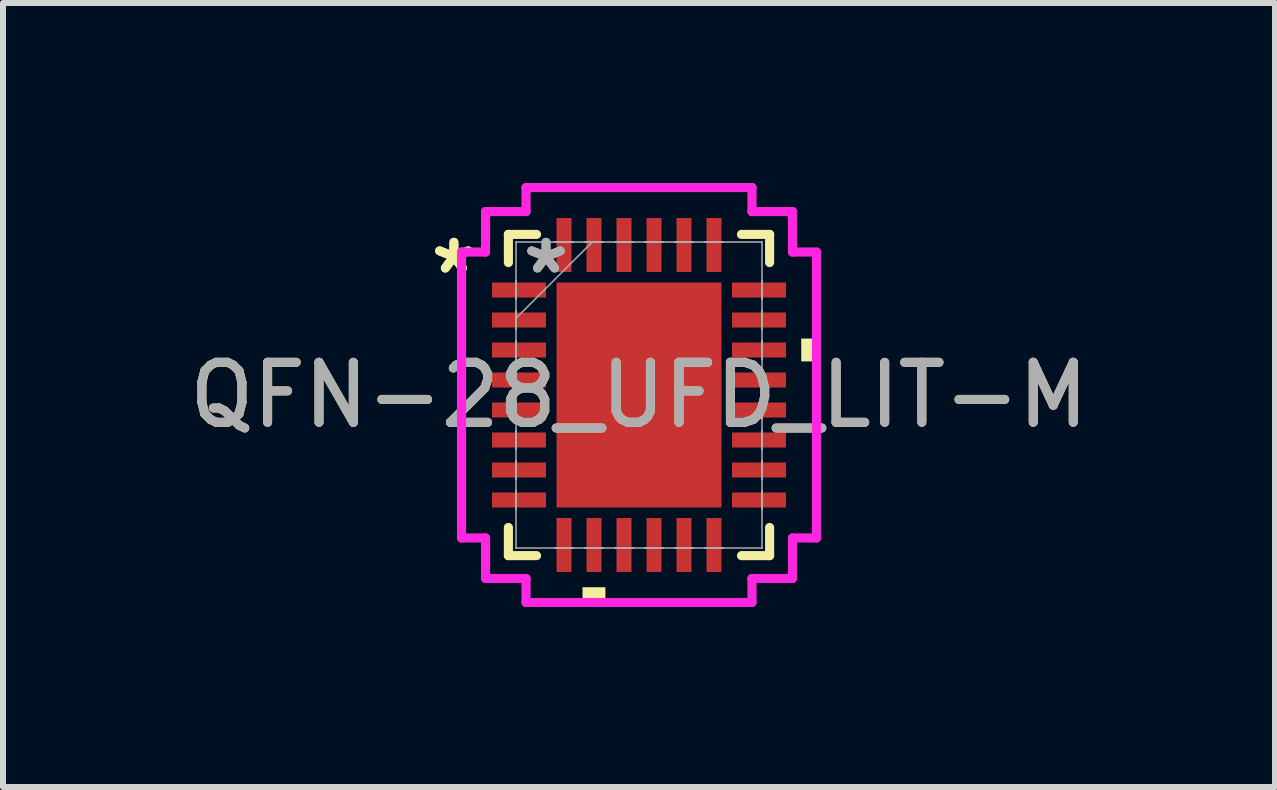
<source format=kicad_pcb>
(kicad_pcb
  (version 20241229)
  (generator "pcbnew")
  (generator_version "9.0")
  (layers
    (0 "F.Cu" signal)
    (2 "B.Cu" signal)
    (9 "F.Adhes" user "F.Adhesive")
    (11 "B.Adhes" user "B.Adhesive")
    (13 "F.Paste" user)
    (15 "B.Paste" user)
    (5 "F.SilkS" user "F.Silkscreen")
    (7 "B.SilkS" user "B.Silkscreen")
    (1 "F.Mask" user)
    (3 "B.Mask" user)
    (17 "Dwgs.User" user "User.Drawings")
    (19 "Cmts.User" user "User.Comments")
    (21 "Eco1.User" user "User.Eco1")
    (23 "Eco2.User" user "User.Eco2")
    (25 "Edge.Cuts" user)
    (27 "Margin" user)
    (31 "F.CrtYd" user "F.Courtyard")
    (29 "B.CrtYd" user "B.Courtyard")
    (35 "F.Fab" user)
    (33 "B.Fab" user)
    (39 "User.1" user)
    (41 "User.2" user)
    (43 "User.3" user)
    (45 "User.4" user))
  (footprint "QFN-28_UFD_LIT-M"
    (layer "F.Cu")
    (at 7.601 3.534)
    (property "Reference" "QFN-28_UFD_LIT-M" (at 0 0 0) (unlocked yes) (layer "F.SilkS") (effects (font (size 1 1) (thickness 0.15))))
    (attr smd)
    (fp_line (start -2.177 -2.677) (end -2.177 -2.208) (stroke (width 0.152) (type solid)) (layer "F.SilkS"))
    (fp_line (start -2.177 2.208) (end -2.177 2.677) (stroke (width 0.152) (type solid)) (layer "F.SilkS"))
    (fp_line (start -2.177 2.677) (end -1.708 2.677) (stroke (width 0.152) (type solid)) (layer "F.SilkS"))
    (fp_line (start -1.708 -2.677) (end -2.177 -2.677) (stroke (width 0.152) (type solid)) (layer "F.SilkS"))
    (fp_line (start 1.708 2.677) (end 2.177 2.677) (stroke (width 0.152) (type solid)) (layer "F.SilkS"))
    (fp_line (start 2.177 -2.677) (end 1.708 -2.677) (stroke (width 0.152) (type solid)) (layer "F.SilkS"))
    (fp_line (start 2.177 -2.208) (end 2.177 -2.677) (stroke (width 0.152) (type solid)) (layer "F.SilkS"))
    (fp_line (start 2.177 2.677) (end 2.177 2.208) (stroke (width 0.152) (type solid)) (layer "F.SilkS"))
    (fp_poly (pts (xy -0.941 3.204) (xy -0.941 3.458) (xy -0.56 3.458) (xy -0.56 3.204)) (stroke (width 0) (type solid)) (fill yes) (layer "F.SilkS"))
    (fp_poly (pts (xy 2.958 -0.941) (xy 2.958 -0.56) (xy 2.704 -0.56) (xy 2.704 -0.941)) (stroke (width 0) (type solid)) (fill yes) (layer "F.SilkS"))
    (fp_poly (pts (xy -1.275 -1.775) (xy -1.275 -0.1) (xy -0.1 -0.1) (xy -0.1 -1.775)) (stroke (width 0) (type solid)) (fill yes) (layer "F.Paste"))
    (fp_poly (pts (xy -1.275 0.1) (xy -1.275 1.775) (xy -0.1 1.775) (xy -0.1 0.1)) (stroke (width 0) (type solid)) (fill yes) (layer "F.Paste"))
    (fp_poly (pts (xy 0.1 -1.775) (xy 0.1 -0.1) (xy 1.275 -0.1) (xy 1.275 -1.775)) (stroke (width 0) (type solid)) (fill yes) (layer "F.Paste"))
    (fp_poly (pts (xy 0.1 0.1) (xy 0.1 1.775) (xy 1.275 1.775) (xy 1.275 0.1)) (stroke (width 0) (type solid)) (fill yes) (layer "F.Paste"))
    (fp_line (start -2.958 -2.383) (end -2.558 -2.383) (stroke (width 0.152) (type solid)) (layer "F.CrtYd"))
    (fp_line (start -2.958 2.383) (end -2.958 -2.383) (stroke (width 0.152) (type solid)) (layer "F.CrtYd"))
    (fp_line (start -2.558 -3.058) (end -1.883 -3.058) (stroke (width 0.152) (type solid)) (layer "F.CrtYd"))
    (fp_line (start -2.558 -2.383) (end -2.558 -3.058) (stroke (width 0.152) (type solid)) (layer "F.CrtYd"))
    (fp_line (start -2.558 2.383) (end -2.958 2.383) (stroke (width 0.152) (type solid)) (layer "F.CrtYd"))
    (fp_line (start -2.558 3.058) (end -2.558 2.383) (stroke (width 0.152) (type solid)) (layer "F.CrtYd"))
    (fp_line (start -1.883 -3.458) (end 1.883 -3.458) (stroke (width 0.152) (type solid)) (layer "F.CrtYd"))
    (fp_line (start -1.883 -3.058) (end -1.883 -3.458) (stroke (width 0.152) (type solid)) (layer "F.CrtYd"))
    (fp_line (start -1.883 3.058) (end -2.558 3.058) (stroke (width 0.152) (type solid)) (layer "F.CrtYd"))
    (fp_line (start -1.883 3.458) (end -1.883 3.058) (stroke (width 0.152) (type solid)) (layer "F.CrtYd"))
    (fp_line (start 1.883 -3.458) (end 1.883 -3.058) (stroke (width 0.152) (type solid)) (layer "F.CrtYd"))
    (fp_line (start 1.883 -3.058) (end 2.558 -3.058) (stroke (width 0.152) (type solid)) (layer "F.CrtYd"))
    (fp_line (start 1.883 3.058) (end 1.883 3.458) (stroke (width 0.152) (type solid)) (layer "F.CrtYd"))
    (fp_line (start 1.883 3.458) (end -1.883 3.458) (stroke (width 0.152) (type solid)) (layer "F.CrtYd"))
    (fp_line (start 2.558 -3.058) (end 2.558 -2.383) (stroke (width 0.152) (type solid)) (layer "F.CrtYd"))
    (fp_line (start 2.558 -2.383) (end 2.958 -2.383) (stroke (width 0.152) (type solid)) (layer "F.CrtYd"))
    (fp_line (start 2.558 2.383) (end 2.558 3.058) (stroke (width 0.152) (type solid)) (layer "F.CrtYd"))
    (fp_line (start 2.558 3.058) (end 1.883 3.058) (stroke (width 0.152) (type solid)) (layer "F.CrtYd"))
    (fp_line (start 2.958 -2.383) (end 2.958 2.383) (stroke (width 0.152) (type solid)) (layer "F.CrtYd"))
    (fp_line (start 2.958 2.383) (end 2.558 2.383) (stroke (width 0.152) (type solid)) (layer "F.CrtYd"))
    (fp_line (start -2.05 -2.55) (end -2.05 -2.55) (stroke (width 0.025) (type solid)) (layer "F.Fab"))
    (fp_line (start -2.05 -2.55) (end -2.05 2.55) (stroke (width 0.025) (type solid)) (layer "F.Fab"))
    (fp_line (start -2.05 -1.9) (end -2.05 -1.9) (stroke (width 0.025) (type solid)) (layer "F.Fab"))
    (fp_line (start -2.05 -1.9) (end -2.05 -1.6) (stroke (width 0.025) (type solid)) (layer "F.Fab"))
    (fp_line (start -2.05 -1.6) (end -2.05 -1.9) (stroke (width 0.025) (type solid)) (layer "F.Fab"))
    (fp_line (start -2.05 -1.6) (end -2.05 -1.6) (stroke (width 0.025) (type solid)) (layer "F.Fab"))
    (fp_line (start -2.05 -1.4) (end -2.05 -1.4) (stroke (width 0.025) (type solid)) (layer "F.Fab"))
    (fp_line (start -2.05 -1.4) (end -2.05 -1.1) (stroke (width 0.025) (type solid)) (layer "F.Fab"))
    (fp_line (start -2.05 -1.28) (end -0.78 -2.55) (stroke (width 0.025) (type solid)) (layer "F.Fab"))
    (fp_line (start -2.05 -1.1) (end -2.05 -1.4) (stroke (width 0.025) (type solid)) (layer "F.Fab"))
    (fp_line (start -2.05 -1.1) (end -2.05 -1.1) (stroke (width 0.025) (type solid)) (layer "F.Fab"))
    (fp_line (start -2.05 -0.9) (end -2.05 -0.9) (stroke (width 0.025) (type solid)) (layer "F.Fab"))
    (fp_line (start -2.05 -0.9) (end -2.05 -0.6) (stroke (width 0.025) (type solid)) (layer "F.Fab"))
    (fp_line (start -2.05 -0.6) (end -2.05 -0.9) (stroke (width 0.025) (type solid)) (layer "F.Fab"))
    (fp_line (start -2.05 -0.6) (end -2.05 -0.6) (stroke (width 0.025) (type solid)) (layer "F.Fab"))
    (fp_line (start -2.05 -0.4) (end -2.05 -0.4) (stroke (width 0.025) (type solid)) (layer "F.Fab"))
    (fp_line (start -2.05 -0.4) (end -2.05 -0.1) (stroke (width 0.025) (type solid)) (layer "F.Fab"))
    (fp_line (start -2.05 -0.1) (end -2.05 -0.4) (stroke (width 0.025) (type solid)) (layer "F.Fab"))
    (fp_line (start -2.05 -0.1) (end -2.05 -0.1) (stroke (width 0.025) (type solid)) (layer "F.Fab"))
    (fp_line (start -2.05 0.1) (end -2.05 0.1) (stroke (width 0.025) (type solid)) (layer "F.Fab"))
    (fp_line (start -2.05 0.1) (end -2.05 0.4) (stroke (width 0.025) (type solid)) (layer "F.Fab"))
    (fp_line (start -2.05 0.4) (end -2.05 0.1) (stroke (width 0.025) (type solid)) (layer "F.Fab"))
    (fp_line (start -2.05 0.4) (end -2.05 0.4) (stroke (width 0.025) (type solid)) (layer "F.Fab"))
    (fp_line (start -2.05 0.6) (end -2.05 0.6) (stroke (width 0.025) (type solid)) (layer "F.Fab"))
    (fp_line (start -2.05 0.6) (end -2.05 0.9) (stroke (width 0.025) (type solid)) (layer "F.Fab"))
    (fp_line (start -2.05 0.9) (end -2.05 0.6) (stroke (width 0.025) (type solid)) (layer "F.Fab"))
    (fp_line (start -2.05 0.9) (end -2.05 0.9) (stroke (width 0.025) (type solid)) (layer "F.Fab"))
    (fp_line (start -2.05 1.1) (end -2.05 1.1) (stroke (width 0.025) (type solid)) (layer "F.Fab"))
    (fp_line (start -2.05 1.1) (end -2.05 1.4) (stroke (width 0.025) (type solid)) (layer "F.Fab"))
    (fp_line (start -2.05 1.4) (end -2.05 1.1) (stroke (width 0.025) (type solid)) (layer "F.Fab"))
    (fp_line (start -2.05 1.4) (end -2.05 1.4) (stroke (width 0.025) (type solid)) (layer "F.Fab"))
    (fp_line (start -2.05 1.6) (end -2.05 1.6) (stroke (width 0.025) (type solid)) (layer "F.Fab"))
    (fp_line (start -2.05 1.6) (end -2.05 1.9) (stroke (width 0.025) (type solid)) (layer "F.Fab"))
    (fp_line (start -2.05 1.9) (end -2.05 1.6) (stroke (width 0.025) (type solid)) (layer "F.Fab"))
    (fp_line (start -2.05 1.9) (end -2.05 1.9) (stroke (width 0.025) (type solid)) (layer "F.Fab"))
    (fp_line (start -2.05 2.55) (end -2.05 2.55) (stroke (width 0.025) (type solid)) (layer "F.Fab"))
    (fp_line (start -2.05 2.55) (end 2.05 2.55) (stroke (width 0.025) (type solid)) (layer "F.Fab"))
    (fp_line (start -1.4 -2.55) (end -1.4 -2.55) (stroke (width 0.025) (type solid)) (layer "F.Fab"))
    (fp_line (start -1.4 -2.55) (end -1.1 -2.55) (stroke (width 0.025) (type solid)) (layer "F.Fab"))
    (fp_line (start -1.4 2.55) (end -1.4 2.55) (stroke (width 0.025) (type solid)) (layer "F.Fab"))
    (fp_line (start -1.4 2.55) (end -1.1 2.55) (stroke (width 0.025) (type solid)) (layer "F.Fab"))
    (fp_line (start -1.1 -2.55) (end -1.4 -2.55) (stroke (width 0.025) (type solid)) (layer "F.Fab"))
    (fp_line (start -1.1 -2.55) (end -1.1 -2.55) (stroke (width 0.025) (type solid)) (layer "F.Fab"))
    (fp_line (start -1.1 2.55) (end -1.4 2.55) (stroke (width 0.025) (type solid)) (layer "F.Fab"))
    (fp_line (start -1.1 2.55) (end -1.1 2.55) (stroke (width 0.025) (type solid)) (layer "F.Fab"))
    (fp_line (start -0.9 -2.55) (end -0.9 -2.55) (stroke (width 0.025) (type solid)) (layer "F.Fab"))
    (fp_line (start -0.9 -2.55) (end -0.6 -2.55) (stroke (width 0.025) (type solid)) (layer "F.Fab"))
    (fp_line (start -0.9 2.55) (end -0.9 2.55) (stroke (width 0.025) (type solid)) (layer "F.Fab"))
    (fp_line (start -0.9 2.55) (end -0.6 2.55) (stroke (width 0.025) (type solid)) (layer "F.Fab"))
    (fp_line (start -0.6 -2.55) (end -0.9 -2.55) (stroke (width 0.025) (type solid)) (layer "F.Fab"))
    (fp_line (start -0.6 -2.55) (end -0.6 -2.55) (stroke (width 0.025) (type solid)) (layer "F.Fab"))
    (fp_line (start -0.6 2.55) (end -0.9 2.55) (stroke (width 0.025) (type solid)) (layer "F.Fab"))
    (fp_line (start -0.6 2.55) (end -0.6 2.55) (stroke (width 0.025) (type solid)) (layer "F.Fab"))
    (fp_line (start -0.4 -2.55) (end -0.4 -2.55) (stroke (width 0.025) (type solid)) (layer "F.Fab"))
    (fp_line (start -0.4 -2.55) (end -0.1 -2.55) (stroke (width 0.025) (type solid)) (layer "F.Fab"))
    (fp_line (start -0.4 2.55) (end -0.4 2.55) (stroke (width 0.025) (type solid)) (layer "F.Fab"))
    (fp_line (start -0.4 2.55) (end -0.1 2.55) (stroke (width 0.025) (type solid)) (layer "F.Fab"))
    (fp_line (start -0.1 -2.55) (end -0.4 -2.55) (stroke (width 0.025) (type solid)) (layer "F.Fab"))
    (fp_line (start -0.1 -2.55) (end -0.1 -2.55) (stroke (width 0.025) (type solid)) (layer "F.Fab"))
    (fp_line (start -0.1 2.55) (end -0.4 2.55) (stroke (width 0.025) (type solid)) (layer "F.Fab"))
    (fp_line (start -0.1 2.55) (end -0.1 2.55) (stroke (width 0.025) (type solid)) (layer "F.Fab"))
    (fp_line (start 0.1 -2.55) (end 0.1 -2.55) (stroke (width 0.025) (type solid)) (layer "F.Fab"))
    (fp_line (start 0.1 -2.55) (end 0.4 -2.55) (stroke (width 0.025) (type solid)) (layer "F.Fab"))
    (fp_line (start 0.1 2.55) (end 0.1 2.55) (stroke (width 0.025) (type solid)) (layer "F.Fab"))
    (fp_line (start 0.1 2.55) (end 0.4 2.55) (stroke (width 0.025) (type solid)) (layer "F.Fab"))
    (fp_line (start 0.4 -2.55) (end 0.1 -2.55) (stroke (width 0.025) (type solid)) (layer "F.Fab"))
    (fp_line (start 0.4 -2.55) (end 0.4 -2.55) (stroke (width 0.025) (type solid)) (layer "F.Fab"))
    (fp_line (start 0.4 2.55) (end 0.1 2.55) (stroke (width 0.025) (type solid)) (layer "F.Fab"))
    (fp_line (start 0.4 2.55) (end 0.4 2.55) (stroke (width 0.025) (type solid)) (layer "F.Fab"))
    (fp_line (start 0.6 -2.55) (end 0.6 -2.55) (stroke (width 0.025) (type solid)) (layer "F.Fab"))
    (fp_line (start 0.6 -2.55) (end 0.9 -2.55) (stroke (width 0.025) (type solid)) (layer "F.Fab"))
    (fp_line (start 0.6 2.55) (end 0.6 2.55) (stroke (width 0.025) (type solid)) (layer "F.Fab"))
    (fp_line (start 0.6 2.55) (end 0.9 2.55) (stroke (width 0.025) (type solid)) (layer "F.Fab"))
    (fp_line (start 0.9 -2.55) (end 0.6 -2.55) (stroke (width 0.025) (type solid)) (layer "F.Fab"))
    (fp_line (start 0.9 -2.55) (end 0.9 -2.55) (stroke (width 0.025) (type solid)) (layer "F.Fab"))
    (fp_line (start 0.9 2.55) (end 0.6 2.55) (stroke (width 0.025) (type solid)) (layer "F.Fab"))
    (fp_line (start 0.9 2.55) (end 0.9 2.55) (stroke (width 0.025) (type solid)) (layer "F.Fab"))
    (fp_line (start 1.1 -2.55) (end 1.1 -2.55) (stroke (width 0.025) (type solid)) (layer "F.Fab"))
    (fp_line (start 1.1 -2.55) (end 1.4 -2.55) (stroke (width 0.025) (type solid)) (layer "F.Fab"))
    (fp_line (start 1.1 2.55) (end 1.1 2.55) (stroke (width 0.025) (type solid)) (layer "F.Fab"))
    (fp_line (start 1.1 2.55) (end 1.4 2.55) (stroke (width 0.025) (type solid)) (layer "F.Fab"))
    (fp_line (start 1.4 -2.55) (end 1.1 -2.55) (stroke (width 0.025) (type solid)) (layer "F.Fab"))
    (fp_line (start 1.4 -2.55) (end 1.4 -2.55) (stroke (width 0.025) (type solid)) (layer "F.Fab"))
    (fp_line (start 1.4 2.55) (end 1.1 2.55) (stroke (width 0.025) (type solid)) (layer "F.Fab"))
    (fp_line (start 1.4 2.55) (end 1.4 2.55) (stroke (width 0.025) (type solid)) (layer "F.Fab"))
    (fp_line (start 2.05 -2.55) (end -2.05 -2.55) (stroke (width 0.025) (type solid)) (layer "F.Fab"))
    (fp_line (start 2.05 -2.55) (end 2.05 -2.55) (stroke (width 0.025) (type solid)) (layer "F.Fab"))
    (fp_line (start 2.05 -1.9) (end 2.05 -1.9) (stroke (width 0.025) (type solid)) (layer "F.Fab"))
    (fp_line (start 2.05 -1.9) (end 2.05 -1.6) (stroke (width 0.025) (type solid)) (layer "F.Fab"))
    (fp_line (start 2.05 -1.6) (end 2.05 -1.9) (stroke (width 0.025) (type solid)) (layer "F.Fab"))
    (fp_line (start 2.05 -1.6) (end 2.05 -1.6) (stroke (width 0.025) (type solid)) (layer "F.Fab"))
    (fp_line (start 2.05 -1.4) (end 2.05 -1.4) (stroke (width 0.025) (type solid)) (layer "F.Fab"))
    (fp_line (start 2.05 -1.4) (end 2.05 -1.1) (stroke (width 0.025) (type solid)) (layer "F.Fab"))
    (fp_line (start 2.05 -1.1) (end 2.05 -1.4) (stroke (width 0.025) (type solid)) (layer "F.Fab"))
    (fp_line (start 2.05 -1.1) (end 2.05 -1.1) (stroke (width 0.025) (type solid)) (layer "F.Fab"))
    (fp_line (start 2.05 -0.9) (end 2.05 -0.9) (stroke (width 0.025) (type solid)) (layer "F.Fab"))
    (fp_line (start 2.05 -0.9) (end 2.05 -0.6) (stroke (width 0.025) (type solid)) (layer "F.Fab"))
    (fp_line (start 2.05 -0.6) (end 2.05 -0.9) (stroke (width 0.025) (type solid)) (layer "F.Fab"))
    (fp_line (start 2.05 -0.6) (end 2.05 -0.6) (stroke (width 0.025) (type solid)) (layer "F.Fab"))
    (fp_line (start 2.05 -0.4) (end 2.05 -0.4) (stroke (width 0.025) (type solid)) (layer "F.Fab"))
    (fp_line (start 2.05 -0.4) (end 2.05 -0.1) (stroke (width 0.025) (type solid)) (layer "F.Fab"))
    (fp_line (start 2.05 -0.1) (end 2.05 -0.4) (stroke (width 0.025) (type solid)) (layer "F.Fab"))
    (fp_line (start 2.05 -0.1) (end 2.05 -0.1) (stroke (width 0.025) (type solid)) (layer "F.Fab"))
    (fp_line (start 2.05 0.1) (end 2.05 0.1) (stroke (width 0.025) (type solid)) (layer "F.Fab"))
    (fp_line (start 2.05 0.1) (end 2.05 0.4) (stroke (width 0.025) (type solid)) (layer "F.Fab"))
    (fp_line (start 2.05 0.4) (end 2.05 0.1) (stroke (width 0.025) (type solid)) (layer "F.Fab"))
    (fp_line (start 2.05 0.4) (end 2.05 0.4) (stroke (width 0.025) (type solid)) (layer "F.Fab"))
    (fp_line (start 2.05 0.6) (end 2.05 0.6) (stroke (width 0.025) (type solid)) (layer "F.Fab"))
    (fp_line (start 2.05 0.6) (end 2.05 0.9) (stroke (width 0.025) (type solid)) (layer "F.Fab"))
    (fp_line (start 2.05 0.9) (end 2.05 0.6) (stroke (width 0.025) (type solid)) (layer "F.Fab"))
    (fp_line (start 2.05 0.9) (end 2.05 0.9) (stroke (width 0.025) (type solid)) (layer "F.Fab"))
    (fp_line (start 2.05 1.1) (end 2.05 1.1) (stroke (width 0.025) (type solid)) (layer "F.Fab"))
    (fp_line (start 2.05 1.1) (end 2.05 1.4) (stroke (width 0.025) (type solid)) (layer "F.Fab"))
    (fp_line (start 2.05 1.4) (end 2.05 1.1) (stroke (width 0.025) (type solid)) (layer "F.Fab"))
    (fp_line (start 2.05 1.4) (end 2.05 1.4) (stroke (width 0.025) (type solid)) (layer "F.Fab"))
    (fp_line (start 2.05 1.6) (end 2.05 1.6) (stroke (width 0.025) (type solid)) (layer "F.Fab"))
    (fp_line (start 2.05 1.6) (end 2.05 1.9) (stroke (width 0.025) (type solid)) (layer "F.Fab"))
    (fp_line (start 2.05 1.9) (end 2.05 1.6) (stroke (width 0.025) (type solid)) (layer "F.Fab"))
    (fp_line (start 2.05 1.9) (end 2.05 1.9) (stroke (width 0.025) (type solid)) (layer "F.Fab"))
    (fp_line (start 2.05 2.55) (end 2.05 -2.55) (stroke (width 0.025) (type solid)) (layer "F.Fab"))
    (fp_line (start 2.05 2.55) (end 2.05 2.55) (stroke (width 0.025) (type solid)) (layer "F.Fab"))
    (fp_text user "*" (at -3.085 -2 0) (unlocked yes) (layer "F.SilkS") (effects (font (size 1 1) (thickness 0.15))))
    (fp_text user "*" (at -3.085 -2 0) (layer "F.SilkS") (effects (font (size 1 1) (thickness 0.15))))
    (fp_text user "*" (at -1.55 -2 0) (layer "F.Fab") (effects (font (size 1 1) (thickness 0.15))))
    (fp_text user "${REFERENCE}" (at 0 0 0) (unlocked yes) (layer "F.Fab") (effects (font (size 1 1) (thickness 0.15))))
    (fp_text user "*" (at -1.55 -2 0) (unlocked yes) (layer "F.Fab") (effects (font (size 1 1) (thickness 0.15))))
    (pad "1" smd rect (at -2 -1.75 90) (size 0.25 0.9) (layers "F.Cu" "F.Mask" "F.Paste"))
    (pad "2" smd rect (at -2 -1.25 90) (size 0.25 0.9) (layers "F.Cu" "F.Mask" "F.Paste"))
    (pad "3" smd rect (at -2 -0.75 90) (size 0.25 0.9) (layers "F.Cu" "F.Mask" "F.Paste"))
    (pad "4" smd rect (at -2 -0.25 90) (size 0.25 0.9) (layers "F.Cu" "F.Mask" "F.Paste"))
    (pad "5" smd rect (at -2 0.25 90) (size 0.25 0.9) (layers "F.Cu" "F.Mask" "F.Paste"))
    (pad "6" smd rect (at -2 0.75 90) (size 0.25 0.9) (layers "F.Cu" "F.Mask" "F.Paste"))
    (pad "7" smd rect (at -2 1.25 90) (size 0.25 0.9) (layers "F.Cu" "F.Mask" "F.Paste"))
    (pad "8" smd rect (at -2 1.75 90) (size 0.25 0.9) (layers "F.Cu" "F.Mask" "F.Paste"))
    (pad "9" smd rect (at -1.25 2.5) (size 0.25 0.9) (layers "F.Cu" "F.Mask" "F.Paste"))
    (pad "10" smd rect (at -0.75 2.5) (size 0.25 0.9) (layers "F.Cu" "F.Mask" "F.Paste"))
    (pad "11" smd rect (at -0.25 2.5) (size 0.25 0.9) (layers "F.Cu" "F.Mask" "F.Paste"))
    (pad "12" smd rect (at 0.25 2.5) (size 0.25 0.9) (layers "F.Cu" "F.Mask" "F.Paste"))
    (pad "13" smd rect (at 0.75 2.5) (size 0.25 0.9) (layers "F.Cu" "F.Mask" "F.Paste"))
    (pad "14" smd rect (at 1.25 2.5) (size 0.25 0.9) (layers "F.Cu" "F.Mask" "F.Paste"))
    (pad "15" smd rect (at 2 1.75 90) (size 0.25 0.9) (layers "F.Cu" "F.Mask" "F.Paste"))
    (pad "16" smd rect (at 2 1.25 90) (size 0.25 0.9) (layers "F.Cu" "F.Mask" "F.Paste"))
    (pad "17" smd rect (at 2 0.75 90) (size 0.25 0.9) (layers "F.Cu" "F.Mask" "F.Paste"))
    (pad "18" smd rect (at 2 0.25 90) (size 0.25 0.9) (layers "F.Cu" "F.Mask" "F.Paste"))
    (pad "19" smd rect (at 2 -0.25 90) (size 0.25 0.9) (layers "F.Cu" "F.Mask" "F.Paste"))
    (pad "20" smd rect (at 2 -0.75 90) (size 0.25 0.9) (layers "F.Cu" "F.Mask" "F.Paste"))
    (pad "21" smd rect (at 2 -1.25 90) (size 0.25 0.9) (layers "F.Cu" "F.Mask" "F.Paste"))
    (pad "22" smd rect (at 2 -1.75 90) (size 0.25 0.9) (layers "F.Cu" "F.Mask" "F.Paste"))
    (pad "23" smd rect (at 1.25 -2.5) (size 0.25 0.9) (layers "F.Cu" "F.Mask" "F.Paste"))
    (pad "24" smd rect (at 0.75 -2.5) (size 0.25 0.9) (layers "F.Cu" "F.Mask" "F.Paste"))
    (pad "25" smd rect (at 0.25 -2.5) (size 0.25 0.9) (layers "F.Cu" "F.Mask" "F.Paste"))
    (pad "26" smd rect (at -0.25 -2.5) (size 0.25 0.9) (layers "F.Cu" "F.Mask" "F.Paste"))
    (pad "27" smd rect (at -0.75 -2.5) (size 0.25 0.9) (layers "F.Cu" "F.Mask" "F.Paste"))
    (pad "28" smd rect (at -1.25 -2.5) (size 0.25 0.9) (layers "F.Cu" "F.Mask" "F.Paste"))
    (pad "29" smd rect (at 0 0) (size 2.75 3.75) (layers "F.Cu" "F.Mask" "F.Paste")))
  (gr_rect
    (start -3 -3)
    (end 18.202 10.068)
    (stroke (width 0.1) (type default))
    (fill no)
    (layer "Edge.Cuts")))
</source>
